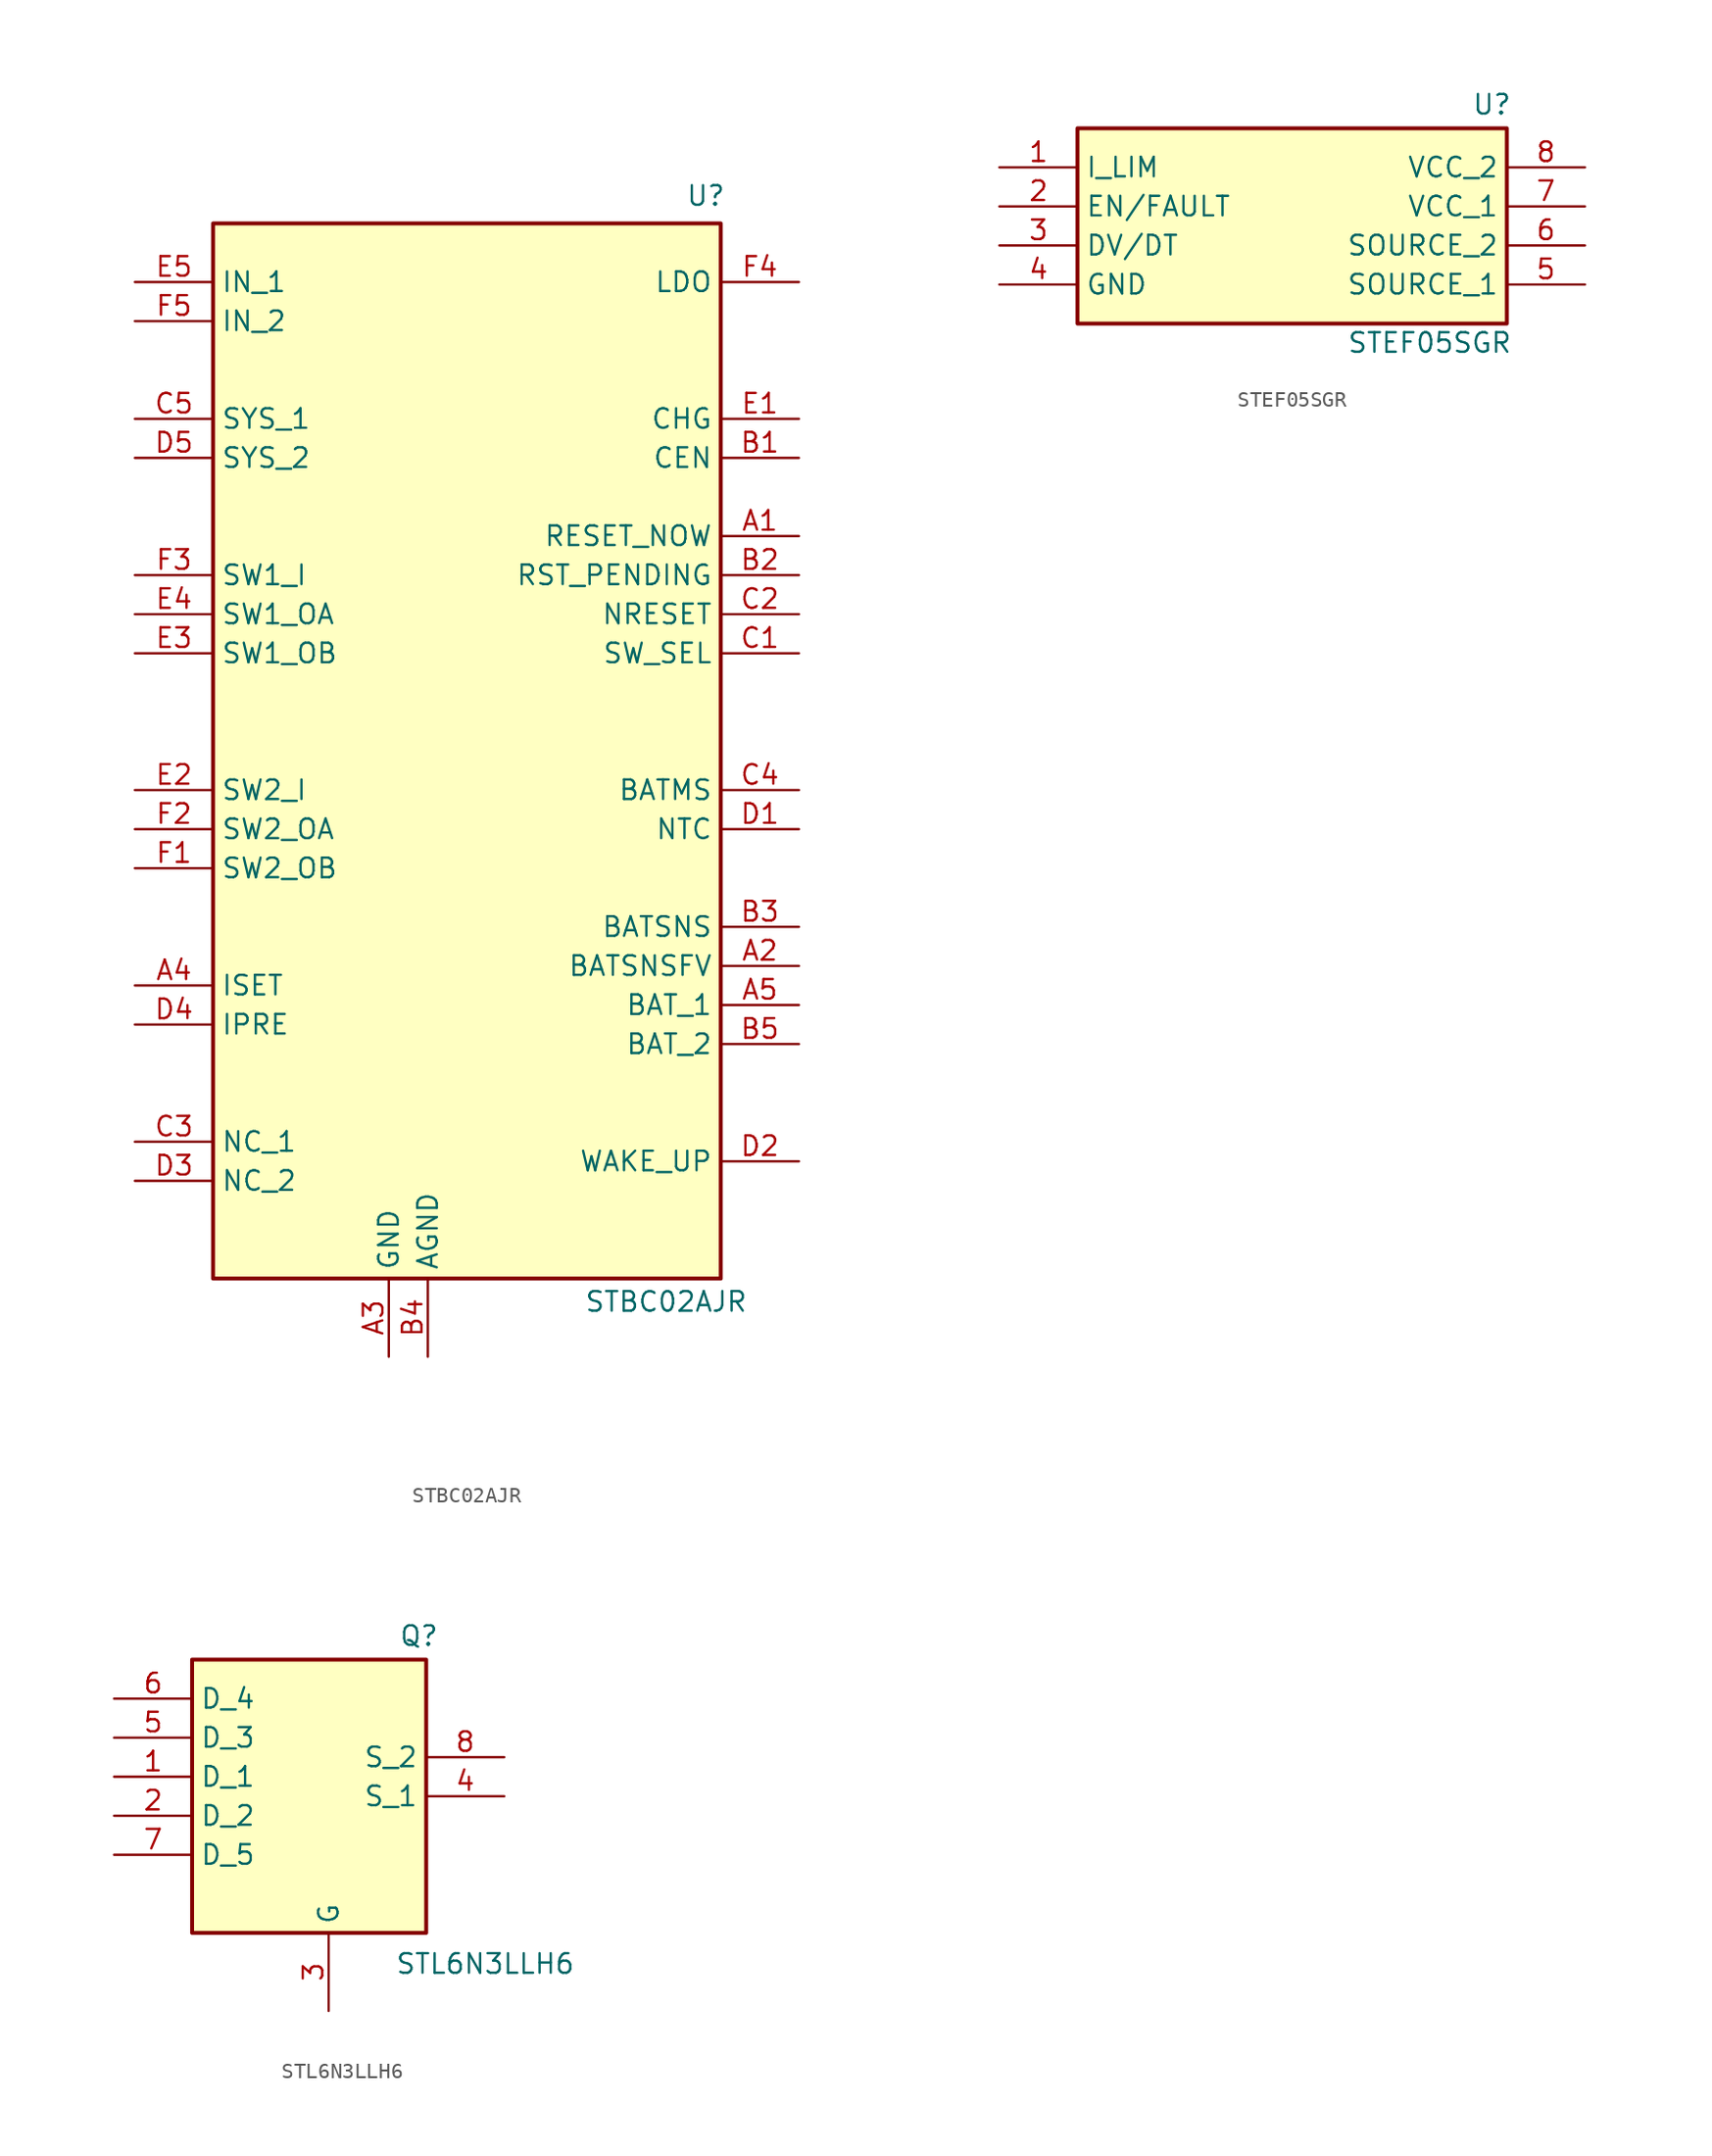
<source format=kicad_sym>
(kicad_symbol_lib
  (version 20231120)
  (generator "kicad_symbol_editor")
  (generator_version "8.0")
  (symbol "STBC02AJR"
    (property "Reference" "U"
      (at 15.494 36.83 0)
      (effects (font (size 1.27 1.27)) (justify left top)))
    (property "Value" "STBC02AJR"
      (at 8.89 -35.052 0)
      (effects (font (size 1.27 1.27)) (justify left top)))
    (symbol "STBC02AJR_1_1"
      (rectangle (start -15.24 34.29) (end 17.78 -34.29) (stroke (width 0.254) (type default)) (fill (type background)))
      (pin passive line (at 22.86 13.97 180) (length 5.08) (name "RESET_NOW" (effects (font (size 1.27 1.27)))) (number "A1" (effects (font (size 1.27 1.27)))))
      (pin passive line (at 22.86 -13.97 180) (length 5.08) (name "BATSNSFV" (effects (font (size 1.27 1.27)))) (number "A2" (effects (font (size 1.27 1.27)))))
      (pin passive line (at -3.81 -39.37 90) (length 5.08) (name "GND" (effects (font (size 1.27 1.27)))) (number "A3" (effects (font (size 1.27 1.27)))))
      (pin passive line (at -20.32 -15.24 0) (length 5.08) (name "ISET" (effects (font (size 1.27 1.27)))) (number "A4" (effects (font (size 1.27 1.27)))))
      (pin passive line (at 22.86 -16.51 180) (length 5.08) (name "BAT_1" (effects (font (size 1.27 1.27)))) (number "A5" (effects (font (size 1.27 1.27)))))
      (pin passive line (at 22.86 19.05 180) (length 5.08) (name "CEN" (effects (font (size 1.27 1.27)))) (number "B1" (effects (font (size 1.27 1.27)))))
      (pin passive line (at 22.86 11.43 180) (length 5.08) (name "RST_PENDING" (effects (font (size 1.27 1.27)))) (number "B2" (effects (font (size 1.27 1.27)))))
      (pin passive line (at 22.86 -11.43 180) (length 5.08) (name "BATSNS" (effects (font (size 1.27 1.27)))) (number "B3" (effects (font (size 1.27 1.27)))))
      (pin passive line (at -1.27 -39.37 90) (length 5.08) (name "AGND" (effects (font (size 1.27 1.27)))) (number "B4" (effects (font (size 1.27 1.27)))))
      (pin passive line (at 22.86 -19.05 180) (length 5.08) (name "BAT_2" (effects (font (size 1.27 1.27)))) (number "B5" (effects (font (size 1.27 1.27)))))
      (pin passive line (at 22.86 6.35 180) (length 5.08) (name "SW_SEL" (effects (font (size 1.27 1.27)))) (number "C1" (effects (font (size 1.27 1.27)))))
      (pin passive line (at 22.86 8.89 180) (length 5.08) (name "NRESET" (effects (font (size 1.27 1.27)))) (number "C2" (effects (font (size 1.27 1.27)))))
      (pin passive line (at -20.32 -25.4 0) (length 5.08) (name "NC_1" (effects (font (size 1.27 1.27)))) (number "C3" (effects (font (size 1.27 1.27)))))
      (pin passive line (at 22.86 -2.54 180) (length 5.08) (name "BATMS" (effects (font (size 1.27 1.27)))) (number "C4" (effects (font (size 1.27 1.27)))))
      (pin passive line (at -20.32 21.59 0) (length 5.08) (name "SYS_1" (effects (font (size 1.27 1.27)))) (number "C5" (effects (font (size 1.27 1.27)))))
      (pin passive line (at 22.86 -5.08 180) (length 5.08) (name "NTC" (effects (font (size 1.27 1.27)))) (number "D1" (effects (font (size 1.27 1.27)))))
      (pin passive line (at 22.86 -26.67 180) (length 5.08) (name "WAKE_UP" (effects (font (size 1.27 1.27)))) (number "D2" (effects (font (size 1.27 1.27)))))
      (pin passive line (at -20.32 -27.94 0) (length 5.08) (name "NC_2" (effects (font (size 1.27 1.27)))) (number "D3" (effects (font (size 1.27 1.27)))))
      (pin passive line (at -20.32 -17.78 0) (length 5.08) (name "IPRE" (effects (font (size 1.27 1.27)))) (number "D4" (effects (font (size 1.27 1.27)))))
      (pin passive line (at -20.32 19.05 0) (length 5.08) (name "SYS_2" (effects (font (size 1.27 1.27)))) (number "D5" (effects (font (size 1.27 1.27)))))
      (pin passive line (at 22.86 21.59 180) (length 5.08) (name "CHG" (effects (font (size 1.27 1.27)))) (number "E1" (effects (font (size 1.27 1.27)))))
      (pin passive line (at -20.32 -2.54 0) (length 5.08) (name "SW2_I" (effects (font (size 1.27 1.27)))) (number "E2" (effects (font (size 1.27 1.27)))))
      (pin passive line (at -20.32 6.35 0) (length 5.08) (name "SW1_OB" (effects (font (size 1.27 1.27)))) (number "E3" (effects (font (size 1.27 1.27)))))
      (pin passive line (at -20.32 8.89 0) (length 5.08) (name "SW1_OA" (effects (font (size 1.27 1.27)))) (number "E4" (effects (font (size 1.27 1.27)))))
      (pin passive line (at -20.32 30.48 0) (length 5.08) (name "IN_1" (effects (font (size 1.27 1.27)))) (number "E5" (effects (font (size 1.27 1.27)))))
      (pin passive line (at -20.32 -7.62 0) (length 5.08) (name "SW2_OB" (effects (font (size 1.27 1.27)))) (number "F1" (effects (font (size 1.27 1.27)))))
      (pin passive line (at -20.32 -5.08 0) (length 5.08) (name "SW2_OA" (effects (font (size 1.27 1.27)))) (number "F2" (effects (font (size 1.27 1.27)))))
      (pin passive line (at -20.32 11.43 0) (length 5.08) (name "SW1_I" (effects (font (size 1.27 1.27)))) (number "F3" (effects (font (size 1.27 1.27)))))
      (pin passive line (at 22.86 30.48 180) (length 5.08) (name "LDO" (effects (font (size 1.27 1.27)))) (number "F4" (effects (font (size 1.27 1.27)))))
      (pin passive line (at -20.32 27.94 0) (length 5.08) (name "IN_2" (effects (font (size 1.27 1.27)))) (number "F5" (effects (font (size 1.27 1.27)))))))
  (symbol "STEF05SGR"
    (property "Reference" "U"
      (at 11.684 7.366 0)
      (effects (font (size 1.27 1.27)) (justify left top)))
    (property "Value" "STEF05SGR"
      (at 3.556 -8.128 0)
      (effects (font (size 1.27 1.27)) (justify left top)))
    (symbol "STEF05SGR_1_1"
      (rectangle (start -13.97 5.08) (end 13.97 -7.62) (stroke (width 0.254) (type default)) (fill (type background)))
      (pin passive line (at -19.05 2.54 0) (length 5.08) (name "I_LIM" (effects (font (size 1.27 1.27)))) (number "1" (effects (font (size 1.27 1.27)))))
      (pin passive line (at -19.05 0 0) (length 5.08) (name "EN/FAULT" (effects (font (size 1.27 1.27)))) (number "2" (effects (font (size 1.27 1.27)))))
      (pin passive line (at -19.05 -2.54 0) (length 5.08) (name "DV/DT" (effects (font (size 1.27 1.27)))) (number "3" (effects (font (size 1.27 1.27)))))
      (pin passive line (at -19.05 -5.08 0) (length 5.08) (name "GND" (effects (font (size 1.27 1.27)))) (number "4" (effects (font (size 1.27 1.27)))))
      (pin passive line (at 19.05 -5.08 180) (length 5.08) (name "SOURCE_1" (effects (font (size 1.27 1.27)))) (number "5" (effects (font (size 1.27 1.27)))))
      (pin passive line (at 19.05 -2.54 180) (length 5.08) (name "SOURCE_2" (effects (font (size 1.27 1.27)))) (number "6" (effects (font (size 1.27 1.27)))))
      (pin passive line (at 19.05 0 180) (length 5.08) (name "VCC_1" (effects (font (size 1.27 1.27)))) (number "7" (effects (font (size 1.27 1.27)))))
      (pin passive line (at 19.05 2.54 180) (length 5.08) (name "VCC_2" (effects (font (size 1.27 1.27)))) (number "8" (effects (font (size 1.27 1.27)))))))
  (symbol "STL6N3LLH6"
    (property "Reference" "Q"
      (at 5.842 11.176 0)
      (effects (font (size 1.27 1.27)) (justify left top)))
    (property "Value" "STL6N3LLH6"
      (at 5.588 -10.16 0)
      (effects (font (size 1.27 1.27)) (justify left top)))
    (symbol "STL6N3LLH6_1_1"
      (rectangle (start -7.62 8.89) (end 7.62 -8.89) (stroke (width 0.254) (type default)) (fill (type background)))
      (pin passive line (at -12.7 1.27 0) (length 5.08) (name "D_1" (effects (font (size 1.27 1.27)))) (number "1" (effects (font (size 1.27 1.27)))))
      (pin passive line (at -12.7 -1.27 0) (length 5.08) (name "D_2" (effects (font (size 1.27 1.27)))) (number "2" (effects (font (size 1.27 1.27)))))
      (pin passive line (at 1.27 -13.97 90) (length 5.08) (name "G" (effects (font (size 1.27 1.27)))) (number "3" (effects (font (size 1.27 1.27)))))
      (pin passive line (at 12.7 0 180) (length 5.08) (name "S_1" (effects (font (size 1.27 1.27)))) (number "4" (effects (font (size 1.27 1.27)))))
      (pin passive line (at -12.7 3.81 0) (length 5.08) (name "D_3" (effects (font (size 1.27 1.27)))) (number "5" (effects (font (size 1.27 1.27)))))
      (pin passive line (at -12.7 6.35 0) (length 5.08) (name "D_4" (effects (font (size 1.27 1.27)))) (number "6" (effects (font (size 1.27 1.27)))))
      (pin passive line (at -12.7 -3.81 0) (length 5.08) (name "D_5" (effects (font (size 1.27 1.27)))) (number "7" (effects (font (size 1.27 1.27)))))
      (pin passive line (at 12.7 2.54 180) (length 5.08) (name "S_2" (effects (font (size 1.27 1.27)))) (number "8" (effects (font (size 1.27 1.27))))))))
</source>
